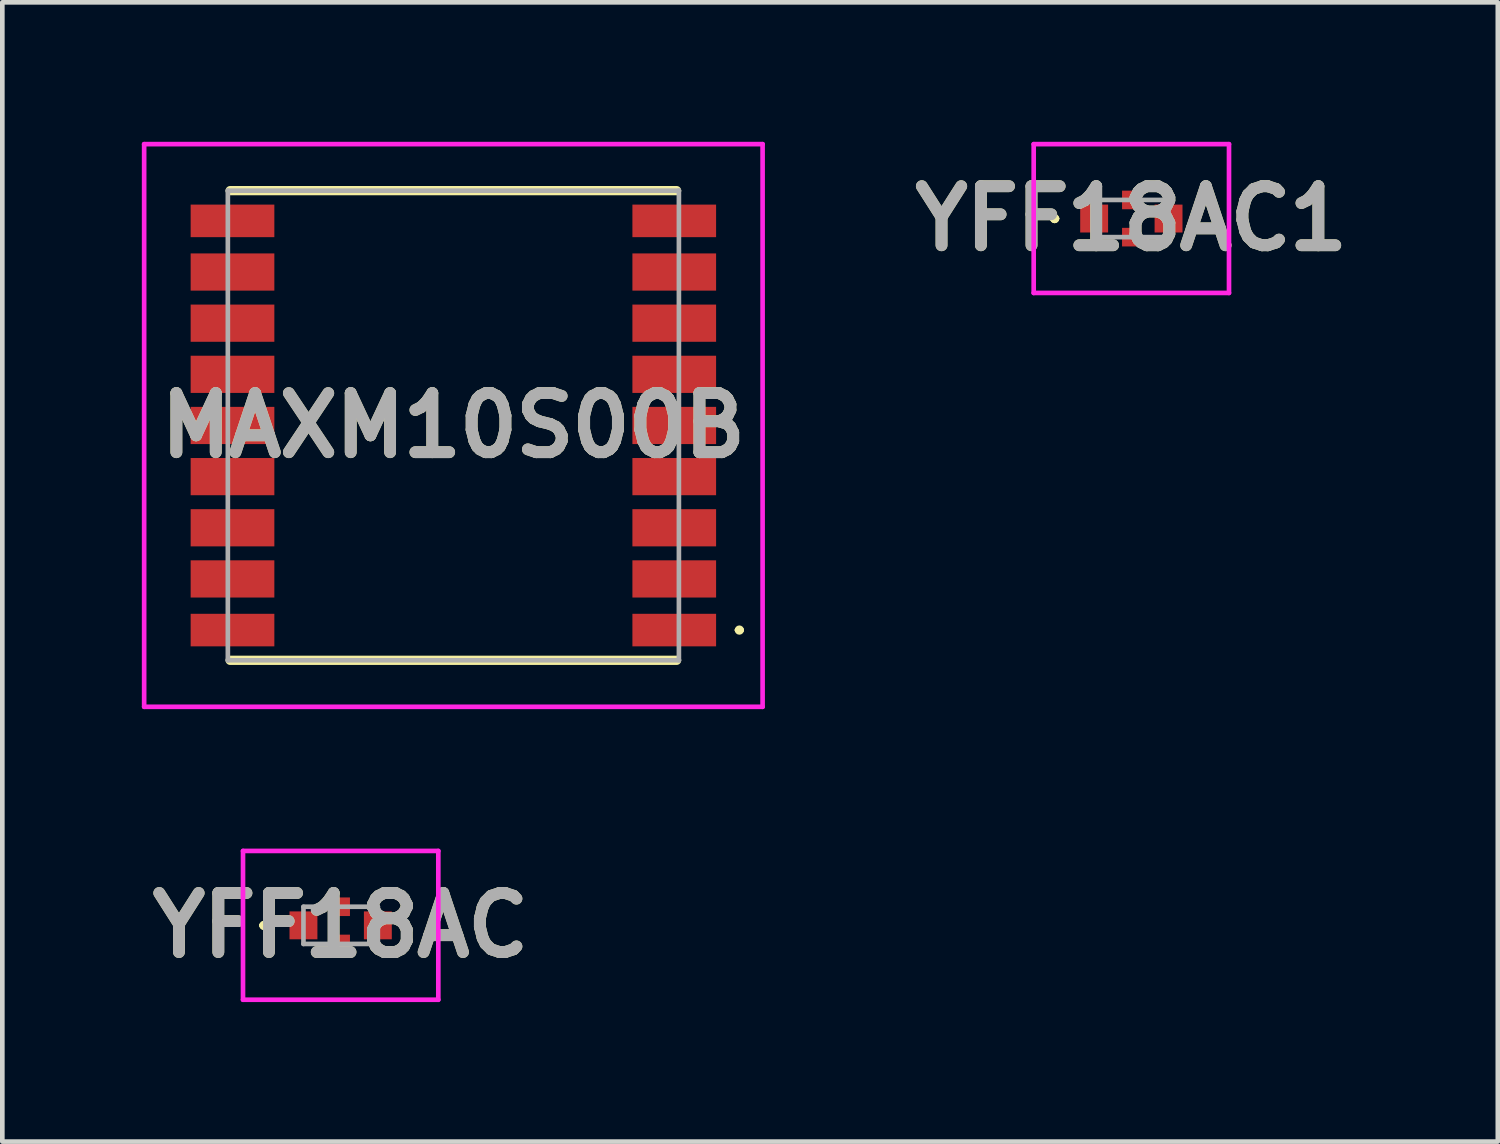
<source format=kicad_pcb>
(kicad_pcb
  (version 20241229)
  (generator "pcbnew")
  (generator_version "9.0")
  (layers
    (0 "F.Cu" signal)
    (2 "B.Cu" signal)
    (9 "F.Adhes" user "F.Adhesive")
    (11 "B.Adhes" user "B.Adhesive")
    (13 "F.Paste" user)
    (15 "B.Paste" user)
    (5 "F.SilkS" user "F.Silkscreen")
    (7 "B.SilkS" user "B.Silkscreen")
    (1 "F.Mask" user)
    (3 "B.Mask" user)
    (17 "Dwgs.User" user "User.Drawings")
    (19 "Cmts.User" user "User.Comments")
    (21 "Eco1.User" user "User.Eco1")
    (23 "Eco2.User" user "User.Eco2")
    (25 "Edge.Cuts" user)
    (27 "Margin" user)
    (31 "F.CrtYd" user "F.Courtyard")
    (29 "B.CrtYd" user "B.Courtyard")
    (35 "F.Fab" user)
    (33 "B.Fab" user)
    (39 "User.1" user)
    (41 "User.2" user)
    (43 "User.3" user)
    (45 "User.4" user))
  (footprint "MAXM10S00B"
    (layer "F.Cu")
    (at 6.7 6.1)
    (property "Reference" "MAXM10S00B" (at 0 0 0) (layer "F.SilkS") (effects (font (size 1.27 1.27) (thickness 0.254))))
    (attr smd)
    (fp_line (start 4.8 -5.05) (end -4.8 -5.05) (stroke (width 0.2) (type solid)) (layer "F.SilkS"))
    (fp_line (start 4.8 5.05) (end -4.8 5.05) (stroke (width 0.2) (type solid)) (layer "F.SilkS"))
    (fp_line (start 6.1 4.4) (end 6.1 4.4) (stroke (width 0.1) (type solid)) (layer "F.SilkS"))
    (fp_line (start 6.2 4.4) (end 6.2 4.4) (stroke (width 0.1) (type solid)) (layer "F.SilkS"))
    (fp_arc (start 6.1 4.4) (mid 6.15 4.35) (end 6.2 4.4) (stroke (width 0.1) (type solid)) (layer "F.SilkS"))
    (fp_arc (start 6.2 4.4) (mid 6.15 4.45) (end 6.1 4.4) (stroke (width 0.1) (type solid)) (layer "F.SilkS"))
    (fp_line (start -6.65 -6.05) (end 6.65 -6.05) (stroke (width 0.1) (type solid)) (layer "F.CrtYd"))
    (fp_line (start -6.65 6.05) (end -6.65 -6.05) (stroke (width 0.1) (type solid)) (layer "F.CrtYd"))
    (fp_line (start 6.65 -6.05) (end 6.65 6.05) (stroke (width 0.1) (type solid)) (layer "F.CrtYd"))
    (fp_line (start 6.65 6.05) (end -6.65 6.05) (stroke (width 0.1) (type solid)) (layer "F.CrtYd"))
    (fp_line (start -4.85 -5.05) (end 4.85 -5.05) (stroke (width 0.1) (type solid)) (layer "F.Fab"))
    (fp_line (start -4.85 5.05) (end -4.85 -5.05) (stroke (width 0.1) (type solid)) (layer "F.Fab"))
    (fp_line (start 4.85 -5.05) (end 4.85 5.05) (stroke (width 0.1) (type solid)) (layer "F.Fab"))
    (fp_line (start 4.85 5.05) (end -4.85 5.05) (stroke (width 0.1) (type solid)) (layer "F.Fab"))
    (fp_text user "${REFERENCE}" (at 0 0 0) (layer "F.Fab") (effects (font (size 1.27 1.27) (thickness 0.254))))
    (pad "1" smd rect (at 4.75 4.4 90) (size 0.7 1.8) (layers "F.Cu" "F.Mask" "F.Paste"))
    (pad "2" smd rect (at 4.75 3.3 90) (size 0.8 1.8) (layers "F.Cu" "F.Mask" "F.Paste"))
    (pad "3" smd rect (at 4.75 2.2 90) (size 0.8 1.8) (layers "F.Cu" "F.Mask" "F.Paste"))
    (pad "4" smd rect (at 4.75 1.1 90) (size 0.8 1.8) (layers "F.Cu" "F.Mask" "F.Paste"))
    (pad "5" smd rect (at 4.75 0 90) (size 0.8 1.8) (layers "F.Cu" "F.Mask" "F.Paste"))
    (pad "6" smd rect (at 4.75 -1.1 90) (size 0.8 1.8) (layers "F.Cu" "F.Mask" "F.Paste"))
    (pad "7" smd rect (at 4.75 -2.2 90) (size 0.8 1.8) (layers "F.Cu" "F.Mask" "F.Paste"))
    (pad "8" smd rect (at 4.75 -3.3 90) (size 0.8 1.8) (layers "F.Cu" "F.Mask" "F.Paste"))
    (pad "9" smd rect (at 4.75 -4.4 90) (size 0.7 1.8) (layers "F.Cu" "F.Mask" "F.Paste"))
    (pad "10" smd rect (at -4.75 -4.4 90) (size 0.7 1.8) (layers "F.Cu" "F.Mask" "F.Paste"))
    (pad "11" smd rect (at -4.75 -3.3 90) (size 0.8 1.8) (layers "F.Cu" "F.Mask" "F.Paste"))
    (pad "12" smd rect (at -4.75 -2.2 90) (size 0.8 1.8) (layers "F.Cu" "F.Mask" "F.Paste"))
    (pad "13" smd rect (at -4.75 -1.1 90) (size 0.8 1.8) (layers "F.Cu" "F.Mask" "F.Paste"))
    (pad "14" smd rect (at -4.75 0 90) (size 0.8 1.8) (layers "F.Cu" "F.Mask" "F.Paste"))
    (pad "15" smd rect (at -4.75 1.1 90) (size 0.8 1.8) (layers "F.Cu" "F.Mask" "F.Paste"))
    (pad "16" smd rect (at -4.75 2.2 90) (size 0.8 1.8) (layers "F.Cu" "F.Mask" "F.Paste"))
    (pad "17" smd rect (at -4.75 3.3 90) (size 0.8 1.8) (layers "F.Cu" "F.Mask" "F.Paste"))
    (pad "18" smd rect (at -4.75 4.4 90) (size 0.7 1.8) (layers "F.Cu" "F.Mask" "F.Paste")))
  (footprint "YFF18AC1"
    (layer "F.Cu")
    (at 21.28 1.65)
    (property "Reference" "YFF18AC1" (at 0 0 0) (layer "F.SilkS") (effects (font (size 1.27 1.27) (thickness 0.254))))
    (attr smd)
    (fp_line (start -1.7 0) (end -1.7 0) (stroke (width 0.1) (type solid)) (layer "F.SilkS"))
    (fp_line (start -1.7 0) (end -1.7 0) (stroke (width 0.1) (type solid)) (layer "F.SilkS"))
    (fp_line (start -1.6 0) (end -1.6 0) (stroke (width 0.1) (type solid)) (layer "F.SilkS"))
    (fp_arc (start -1.7 0) (mid -1.65 -0.05) (end -1.6 0) (stroke (width 0.1) (type solid)) (layer "F.SilkS"))
    (fp_arc (start -1.6 0) (mid -1.65 0.05) (end -1.7 0) (stroke (width 0.1) (type solid)) (layer "F.SilkS"))
    (fp_arc (start -1.6 0) (mid -1.65 0.05) (end -1.7 0) (stroke (width 0.1) (type solid)) (layer "F.SilkS"))
    (fp_line (start -2.1 -1.6) (end 2.1 -1.6) (stroke (width 0.1) (type solid)) (layer "F.CrtYd"))
    (fp_line (start -2.1 1.6) (end -2.1 -1.6) (stroke (width 0.1) (type solid)) (layer "F.CrtYd"))
    (fp_line (start 2.1 -1.6) (end 2.1 1.6) (stroke (width 0.1) (type solid)) (layer "F.CrtYd"))
    (fp_line (start 2.1 1.6) (end -2.1 1.6) (stroke (width 0.1) (type solid)) (layer "F.CrtYd"))
    (fp_line (start -0.8 -0.4) (end -0.8 0.4) (stroke (width 0.1) (type solid)) (layer "F.Fab"))
    (fp_line (start -0.8 0.4) (end 0.8 0.4) (stroke (width 0.1) (type solid)) (layer "F.Fab"))
    (fp_line (start 0.8 -0.4) (end -0.8 -0.4) (stroke (width 0.1) (type solid)) (layer "F.Fab"))
    (fp_line (start 0.8 0.4) (end 0.8 -0.4) (stroke (width 0.1) (type solid)) (layer "F.Fab"))
    (fp_text user "${REFERENCE}" (at 0 0 0) (layer "F.Fab") (effects (font (size 1.27 1.27) (thickness 0.254))))
    (pad "1" smd rect (at -0.8 0 90) (size 0.6 0.6) (layers "F.Cu" "F.Mask" "F.Paste"))
    (pad "2" smd rect (at 0 -0.4 90) (size 0.4 0.4) (layers "F.Cu" "F.Mask" "F.Paste"))
    (pad "2" smd rect (at 0 0.4 90) (size 0.4 0.4) (layers "F.Cu" "F.Mask" "F.Paste"))
    (pad "3" smd rect (at 0.8 0 90) (size 0.6 0.6) (layers "F.Cu" "F.Mask" "F.Paste")))
  (footprint "YFF18AC"
    (layer "F.Cu")
    (at 4.276 16.85)
    (property "Reference" "YFF18AC" (at 0 0 0) (layer "F.SilkS") (effects (font (size 1.27 1.27) (thickness 0.254))))
    (attr smd)
    (fp_line (start -1.7 0) (end -1.7 0) (stroke (width 0.1) (type solid)) (layer "F.SilkS"))
    (fp_line (start -1.7 0) (end -1.7 0) (stroke (width 0.1) (type solid)) (layer "F.SilkS"))
    (fp_line (start -1.6 0) (end -1.6 0) (stroke (width 0.1) (type solid)) (layer "F.SilkS"))
    (fp_arc (start -1.7 0) (mid -1.65 -0.05) (end -1.6 0) (stroke (width 0.1) (type solid)) (layer "F.SilkS"))
    (fp_arc (start -1.6 0) (mid -1.65 0.05) (end -1.7 0) (stroke (width 0.1) (type solid)) (layer "F.SilkS"))
    (fp_arc (start -1.6 0) (mid -1.65 0.05) (end -1.7 0) (stroke (width 0.1) (type solid)) (layer "F.SilkS"))
    (fp_line (start -2.1 -1.6) (end 2.1 -1.6) (stroke (width 0.1) (type solid)) (layer "F.CrtYd"))
    (fp_line (start -2.1 1.6) (end -2.1 -1.6) (stroke (width 0.1) (type solid)) (layer "F.CrtYd"))
    (fp_line (start 2.1 -1.6) (end 2.1 1.6) (stroke (width 0.1) (type solid)) (layer "F.CrtYd"))
    (fp_line (start 2.1 1.6) (end -2.1 1.6) (stroke (width 0.1) (type solid)) (layer "F.CrtYd"))
    (fp_line (start -0.8 -0.4) (end -0.8 0.4) (stroke (width 0.1) (type solid)) (layer "F.Fab"))
    (fp_line (start -0.8 0.4) (end 0.8 0.4) (stroke (width 0.1) (type solid)) (layer "F.Fab"))
    (fp_line (start 0.8 -0.4) (end -0.8 -0.4) (stroke (width 0.1) (type solid)) (layer "F.Fab"))
    (fp_line (start 0.8 0.4) (end 0.8 -0.4) (stroke (width 0.1) (type solid)) (layer "F.Fab"))
    (fp_text user "${REFERENCE}" (at 0 0 0) (layer "F.Fab") (effects (font (size 1.27 1.27) (thickness 0.254))))
    (pad "1" smd rect (at -0.8 0 90) (size 0.6 0.6) (layers "F.Cu" "F.Mask" "F.Paste"))
    (pad "2" smd rect (at 0 0.4 90) (size 0.4 0.4) (layers "F.Cu" "F.Mask" "F.Paste"))
    (pad "3" smd rect (at 0.8 0 90) (size 0.6 0.6) (layers "F.Cu" "F.Mask" "F.Paste"))
    (pad "4" smd rect (at 0 -0.4 90) (size 0.4 0.4) (layers "F.Cu" "F.Mask" "F.Paste")))
  (gr_rect
    (start -3 -3)
    (end 29.161 21.5)
    (stroke (width 0.1) (type default))
    (fill no)
    (layer "Edge.Cuts")))
</source>
